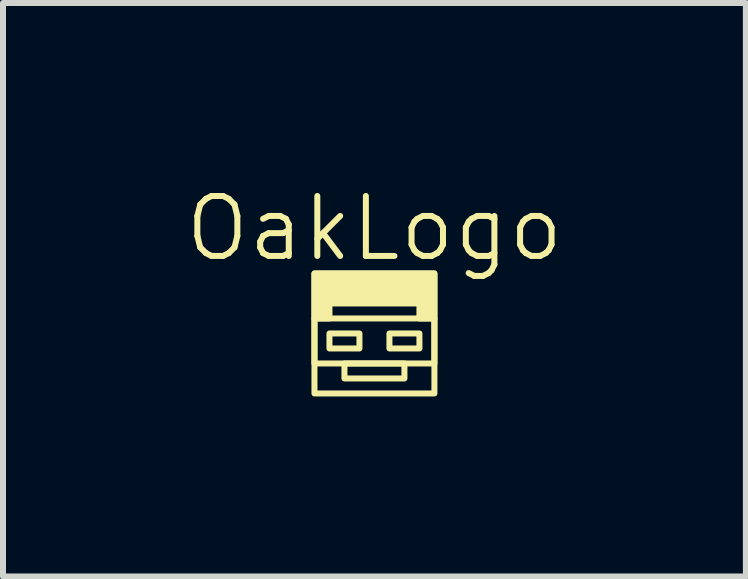
<source format=kicad_pcb>
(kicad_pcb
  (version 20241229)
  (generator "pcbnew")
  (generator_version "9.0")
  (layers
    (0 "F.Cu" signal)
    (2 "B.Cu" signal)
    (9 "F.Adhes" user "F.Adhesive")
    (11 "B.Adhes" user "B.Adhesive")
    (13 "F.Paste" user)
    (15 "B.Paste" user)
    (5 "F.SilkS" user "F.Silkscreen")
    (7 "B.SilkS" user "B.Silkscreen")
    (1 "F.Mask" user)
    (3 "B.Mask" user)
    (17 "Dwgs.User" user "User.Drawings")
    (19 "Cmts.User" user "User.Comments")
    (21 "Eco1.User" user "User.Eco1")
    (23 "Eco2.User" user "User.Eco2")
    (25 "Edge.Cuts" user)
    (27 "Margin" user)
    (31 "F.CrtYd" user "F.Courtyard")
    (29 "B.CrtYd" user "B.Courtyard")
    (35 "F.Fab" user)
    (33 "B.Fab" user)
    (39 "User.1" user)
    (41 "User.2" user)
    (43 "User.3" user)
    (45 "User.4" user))
  (footprint "OakLogo"
    (layer "F.Cu")
    (at 3.193 2.51)
    (property "Reference" "OakLogo" (at 0 -1.75 0) (unlocked yes) (layer "F.SilkS") (effects (font (size 1 1) (thickness 0.1))))
    (fp_rect (start -1 -1) (end 1 1) (stroke (width 0.1) (type default)) (fill no) (layer "F.SilkS"))
    (fp_rect (start -1 -0.25) (end 1 0.5) (stroke (width 0.1) (type default)) (fill no) (layer "F.SilkS"))
    (fp_rect (start -0.75 0) (end -0.25 0.25) (stroke (width 0.1) (type default)) (fill no) (layer "F.SilkS"))
    (fp_rect (start -0.5 0.5) (end 0.5 0.75) (stroke (width 0.1) (type solid)) (fill no) (layer "F.SilkS"))
    (fp_rect (start 0.25 0) (end 0.75 0.25) (stroke (width 0.1) (type default)) (fill no) (layer "F.SilkS"))
    (fp_poly (pts (xy -1 -0.25) (xy -0.75 -0.25) (xy -0.75 -0.5) (xy 0.75 -0.5) (xy 0.75 -0.25) (xy 1 -0.25) (xy 1 -1) (xy -1 -1)) (stroke (width 0.1) (type solid)) (fill yes) (layer "F.SilkS")))
  (gr_rect
    (start -3 -3)
    (end 9.386 6.561)
    (stroke (width 0.1) (type default))
    (fill no)
    (layer "Edge.Cuts")))
</source>
